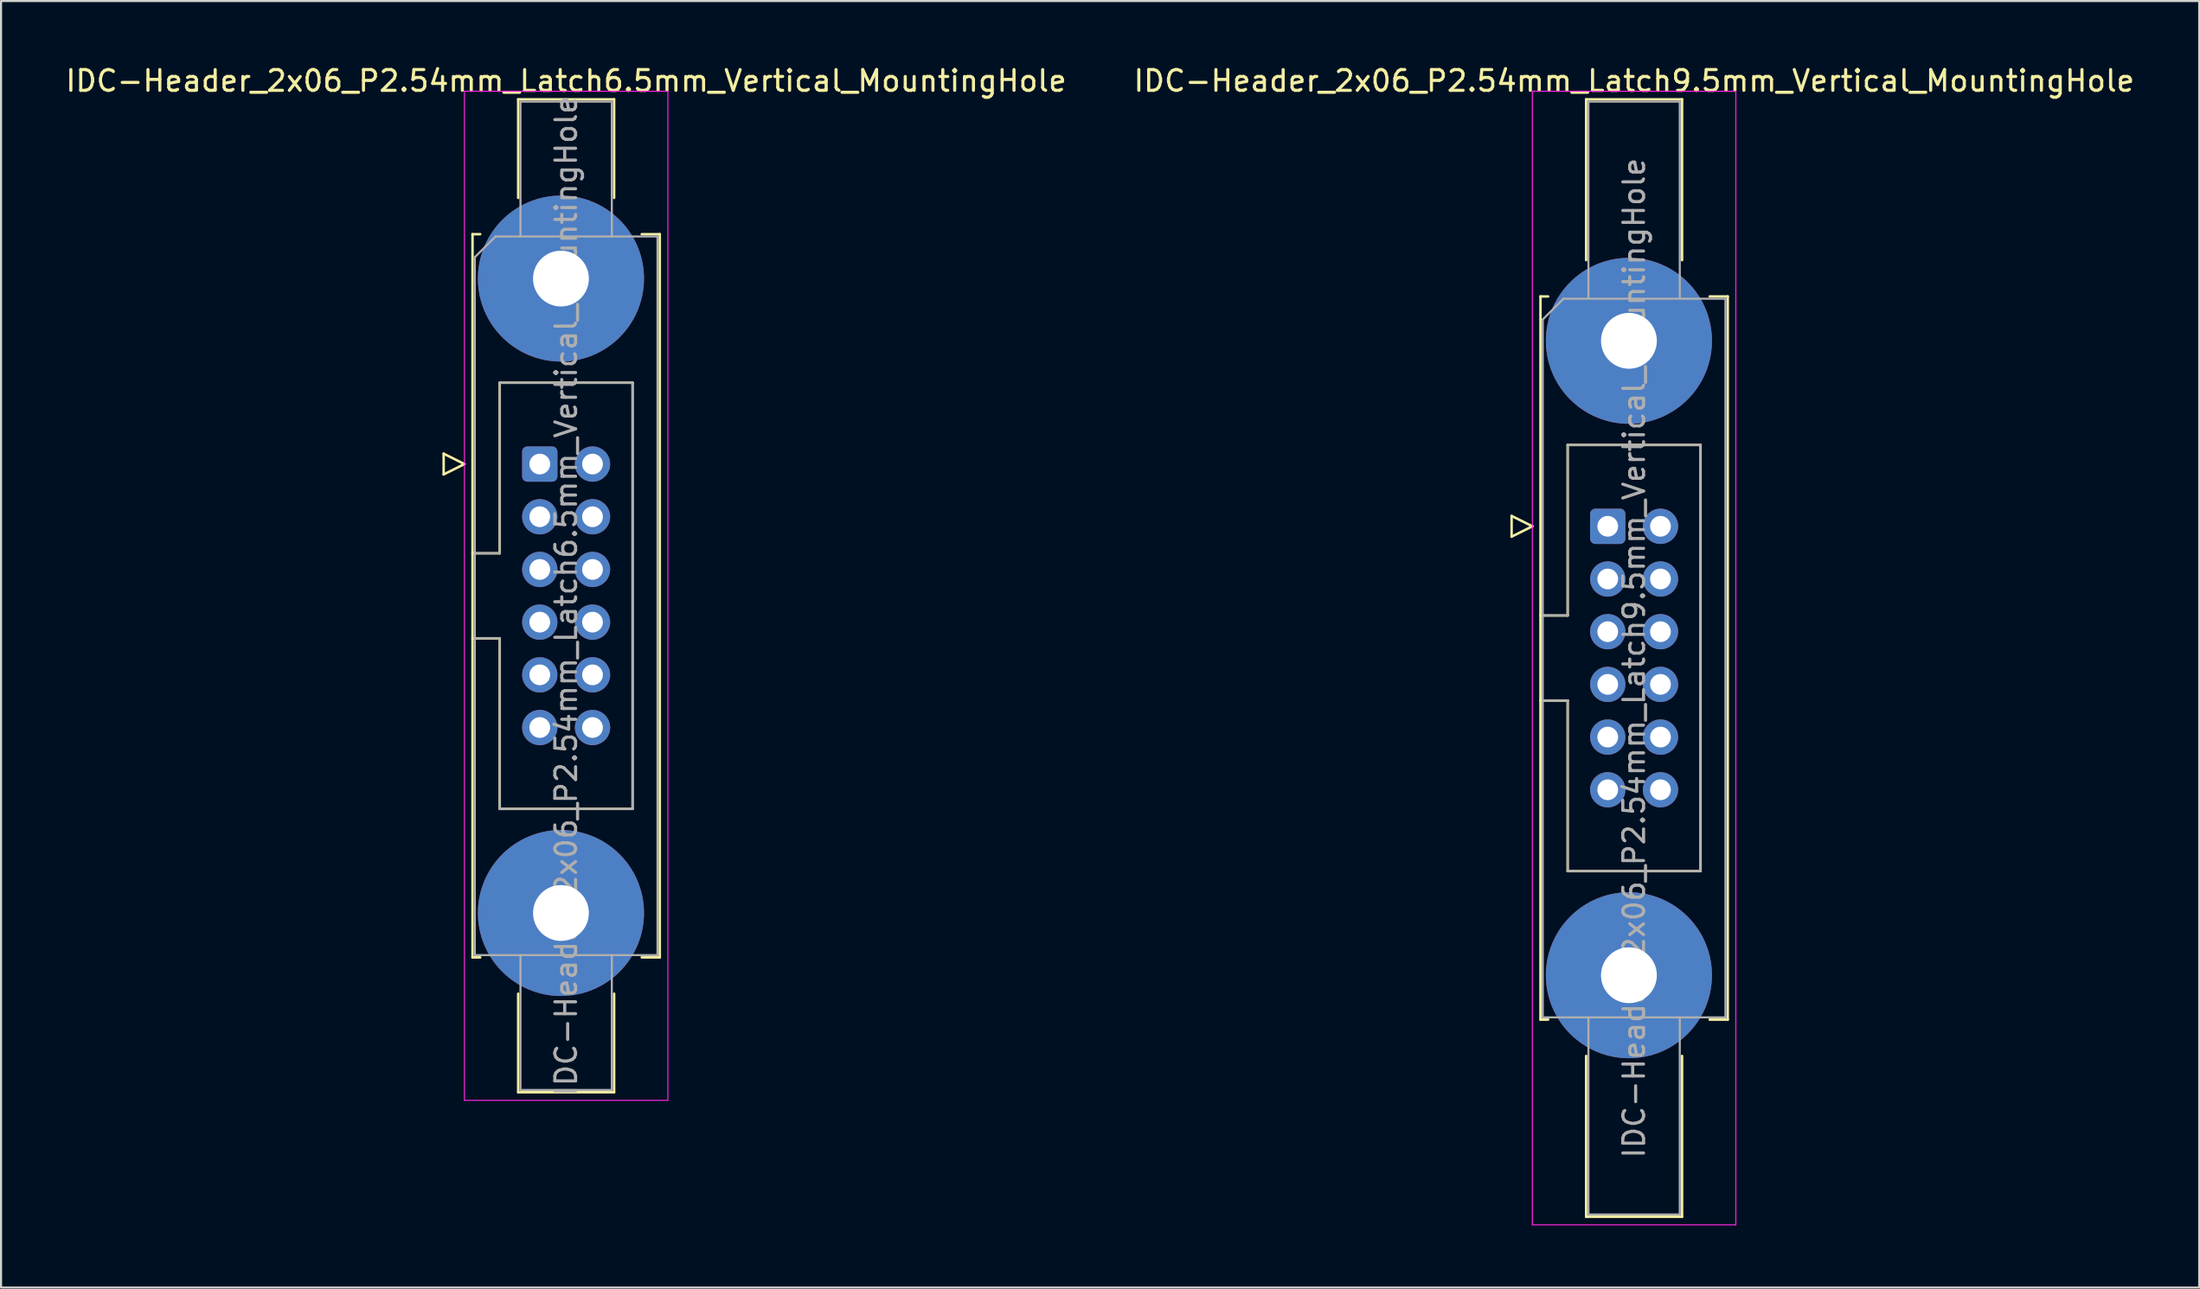
<source format=kicad_pcb>
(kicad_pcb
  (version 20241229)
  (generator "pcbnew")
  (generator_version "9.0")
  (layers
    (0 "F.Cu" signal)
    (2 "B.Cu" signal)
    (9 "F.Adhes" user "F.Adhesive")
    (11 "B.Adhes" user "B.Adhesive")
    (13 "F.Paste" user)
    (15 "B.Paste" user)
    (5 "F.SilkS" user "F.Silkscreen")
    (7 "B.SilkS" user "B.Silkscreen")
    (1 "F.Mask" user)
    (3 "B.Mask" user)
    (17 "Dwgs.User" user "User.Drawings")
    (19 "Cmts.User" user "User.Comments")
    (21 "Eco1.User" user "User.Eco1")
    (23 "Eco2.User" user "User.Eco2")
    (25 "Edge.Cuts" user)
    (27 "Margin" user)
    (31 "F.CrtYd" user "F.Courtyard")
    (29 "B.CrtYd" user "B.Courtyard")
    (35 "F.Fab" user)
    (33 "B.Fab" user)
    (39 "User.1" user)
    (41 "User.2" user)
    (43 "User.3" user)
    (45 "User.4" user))
  (footprint "IDC-Header_2x06_P2.54mm_Latch9.5mm_Vertical_MountingHole"
    (layer "F.Cu")
    (at 74.391 22.318)
    (property "Reference" "IDC-Header_2x06_P2.54mm_Latch9.5mm_Vertical_MountingHole" (at 1.27 -21.47 0) (layer "F.SilkS") (effects (font (size 1 1) (thickness 0.15))))
    (attr through_hole)
    (fp_line (start -4.63 -0.5) (end -4.63 0.5) (stroke (width 0.12) (type solid)) (layer "F.SilkS"))
    (fp_line (start -4.63 0.5) (end -3.63 0) (stroke (width 0.12) (type solid)) (layer "F.SilkS"))
    (fp_line (start -3.63 0) (end -4.63 -0.5) (stroke (width 0.12) (type solid)) (layer "F.SilkS"))
    (fp_line (start -3.24 -11.08) (end -3.24 23.78) (stroke (width 0.12) (type solid)) (layer "F.SilkS"))
    (fp_line (start -3.24 4.3) (end -1.93 4.3) (stroke (width 0.12) (type solid)) (layer "F.SilkS"))
    (fp_line (start -3.24 23.78) (end -2.87 23.78) (stroke (width 0.12) (type solid)) (layer "F.SilkS"))
    (fp_line (start -2.87 -11.08) (end -3.24 -11.08) (stroke (width 0.12) (type solid)) (layer "F.SilkS"))
    (fp_line (start -1.93 -3.92) (end 4.47 -3.92) (stroke (width 0.12) (type solid)) (layer "F.SilkS"))
    (fp_line (start -1.93 4.3) (end -1.93 -3.92) (stroke (width 0.12) (type solid)) (layer "F.SilkS"))
    (fp_line (start -1.93 8.4) (end -3.24 8.4) (stroke (width 0.12) (type solid)) (layer "F.SilkS"))
    (fp_line (start -1.93 8.4) (end -1.93 8.4) (stroke (width 0.12) (type solid)) (layer "F.SilkS"))
    (fp_line (start -1.93 16.62) (end -1.93 8.4) (stroke (width 0.12) (type solid)) (layer "F.SilkS"))
    (fp_line (start -1.04 -20.58) (end 3.58 -20.58) (stroke (width 0.12) (type solid)) (layer "F.SilkS"))
    (fp_line (start -1.04 -12.83) (end -1.04 -20.58) (stroke (width 0.12) (type solid)) (layer "F.SilkS"))
    (fp_line (start -1.04 25.53) (end -1.04 33.28) (stroke (width 0.12) (type solid)) (layer "F.SilkS"))
    (fp_line (start -1.04 33.28) (end 3.58 33.28) (stroke (width 0.12) (type solid)) (layer "F.SilkS"))
    (fp_line (start 3.58 -20.58) (end 3.58 -12.83) (stroke (width 0.12) (type solid)) (layer "F.SilkS"))
    (fp_line (start 3.58 33.28) (end 3.58 25.53) (stroke (width 0.12) (type solid)) (layer "F.SilkS"))
    (fp_line (start 4.47 -3.92) (end 4.47 16.62) (stroke (width 0.12) (type solid)) (layer "F.SilkS"))
    (fp_line (start 4.47 16.62) (end -1.93 16.62) (stroke (width 0.12) (type solid)) (layer "F.SilkS"))
    (fp_line (start 4.91 -11.08) (end 5.78 -11.08) (stroke (width 0.12) (type solid)) (layer "F.SilkS"))
    (fp_line (start 5.78 -11.08) (end 5.78 23.78) (stroke (width 0.12) (type solid)) (layer "F.SilkS"))
    (fp_line (start 5.78 23.78) (end 4.91 23.78) (stroke (width 0.12) (type solid)) (layer "F.SilkS"))
    (fp_line (start -3.63 -20.97) (end -3.63 33.67) (stroke (width 0.05) (type solid)) (layer "F.CrtYd"))
    (fp_line (start -3.63 33.67) (end 6.17 33.67) (stroke (width 0.05) (type solid)) (layer "F.CrtYd"))
    (fp_line (start 6.17 -20.97) (end -3.63 -20.97) (stroke (width 0.05) (type solid)) (layer "F.CrtYd"))
    (fp_line (start 6.17 33.67) (end 6.17 -20.97) (stroke (width 0.05) (type solid)) (layer "F.CrtYd"))
    (fp_line (start -3.13 -9.97) (end -2.13 -10.97) (stroke (width 0.1) (type solid)) (layer "F.Fab"))
    (fp_line (start -3.13 4.3) (end -1.93 4.3) (stroke (width 0.1) (type solid)) (layer "F.Fab"))
    (fp_line (start -3.13 23.67) (end -3.13 -9.97) (stroke (width 0.1) (type solid)) (layer "F.Fab"))
    (fp_line (start -2.13 -10.97) (end 5.67 -10.97) (stroke (width 0.1) (type solid)) (layer "F.Fab"))
    (fp_line (start -1.93 -3.92) (end 4.47 -3.92) (stroke (width 0.1) (type solid)) (layer "F.Fab"))
    (fp_line (start -1.93 4.3) (end -1.93 -3.92) (stroke (width 0.1) (type solid)) (layer "F.Fab"))
    (fp_line (start -1.93 8.4) (end -3.13 8.4) (stroke (width 0.1) (type solid)) (layer "F.Fab"))
    (fp_line (start -1.93 8.4) (end -1.93 8.4) (stroke (width 0.1) (type solid)) (layer "F.Fab"))
    (fp_line (start -1.93 16.62) (end -1.93 8.4) (stroke (width 0.1) (type solid)) (layer "F.Fab"))
    (fp_line (start -0.93 -20.47) (end 3.47 -20.47) (stroke (width 0.1) (type solid)) (layer "F.Fab"))
    (fp_line (start -0.93 -10.97) (end -0.93 -20.47) (stroke (width 0.1) (type solid)) (layer "F.Fab"))
    (fp_line (start -0.93 23.67) (end -0.93 33.17) (stroke (width 0.1) (type solid)) (layer "F.Fab"))
    (fp_line (start -0.93 33.17) (end 3.47 33.17) (stroke (width 0.1) (type solid)) (layer "F.Fab"))
    (fp_line (start 3.47 -20.47) (end 3.47 -10.97) (stroke (width 0.1) (type solid)) (layer "F.Fab"))
    (fp_line (start 3.47 33.17) (end 3.47 23.67) (stroke (width 0.1) (type solid)) (layer "F.Fab"))
    (fp_line (start 4.47 -3.92) (end 4.47 16.62) (stroke (width 0.1) (type solid)) (layer "F.Fab"))
    (fp_line (start 4.47 16.62) (end -1.93 16.62) (stroke (width 0.1) (type solid)) (layer "F.Fab"))
    (fp_line (start 5.67 -10.97) (end 5.67 23.67) (stroke (width 0.1) (type solid)) (layer "F.Fab"))
    (fp_line (start 5.67 23.67) (end -3.13 23.67) (stroke (width 0.1) (type solid)) (layer "F.Fab"))
    (fp_text user "${REFERENCE}" (at 1.27 6.35 90) (layer "F.Fab") (effects (font (size 1 1) (thickness 0.15))))
    (pad "" thru_hole circle (at 1.02 -8.94) (size 8 8) (drill 2.69) (layers "*.Cu" "*.Mask"))
    (pad "" thru_hole circle (at 1.02 21.64) (size 8 8) (drill 2.69) (layers "*.Cu" "*.Mask"))
    (pad "1" thru_hole roundrect (at 0 0) (size 1.7 1.7) (drill 1) (layers "*.Cu" "*.Mask") (roundrect_rratio 0.147))
    (pad "2" thru_hole circle (at 2.54 0) (size 1.7 1.7) (drill 1) (layers "*.Cu" "*.Mask"))
    (pad "3" thru_hole circle (at 0 2.54) (size 1.7 1.7) (drill 1) (layers "*.Cu" "*.Mask"))
    (pad "4" thru_hole circle (at 2.54 2.54) (size 1.7 1.7) (drill 1) (layers "*.Cu" "*.Mask"))
    (pad "5" thru_hole circle (at 0 5.08) (size 1.7 1.7) (drill 1) (layers "*.Cu" "*.Mask"))
    (pad "6" thru_hole circle (at 2.54 5.08) (size 1.7 1.7) (drill 1) (layers "*.Cu" "*.Mask"))
    (pad "7" thru_hole circle (at 0 7.62) (size 1.7 1.7) (drill 1) (layers "*.Cu" "*.Mask"))
    (pad "8" thru_hole circle (at 2.54 7.62) (size 1.7 1.7) (drill 1) (layers "*.Cu" "*.Mask"))
    (pad "9" thru_hole circle (at 0 10.16) (size 1.7 1.7) (drill 1) (layers "*.Cu" "*.Mask"))
    (pad "10" thru_hole circle (at 2.54 10.16) (size 1.7 1.7) (drill 1) (layers "*.Cu" "*.Mask"))
    (pad "11" thru_hole circle (at 0 12.7) (size 1.7 1.7) (drill 1) (layers "*.Cu" "*.Mask"))
    (pad "12" thru_hole circle (at 2.54 12.7) (size 1.7 1.7) (drill 1) (layers "*.Cu" "*.Mask")))
  (footprint "IDC-Header_2x06_P2.54mm_Latch6.5mm_Vertical_MountingHole"
    (layer "F.Cu")
    (at 22.95 19.318)
    (property "Reference" "IDC-Header_2x06_P2.54mm_Latch6.5mm_Vertical_MountingHole" (at 1.27 -18.47 0) (layer "F.SilkS") (effects (font (size 1 1) (thickness 0.15))))
    (attr through_hole)
    (fp_line (start -4.63 -0.5) (end -4.63 0.5) (stroke (width 0.12) (type solid)) (layer "F.SilkS"))
    (fp_line (start -4.63 0.5) (end -3.63 0) (stroke (width 0.12) (type solid)) (layer "F.SilkS"))
    (fp_line (start -3.63 0) (end -4.63 -0.5) (stroke (width 0.12) (type solid)) (layer "F.SilkS"))
    (fp_line (start -3.24 -11.08) (end -3.24 23.78) (stroke (width 0.12) (type solid)) (layer "F.SilkS"))
    (fp_line (start -3.24 4.3) (end -1.93 4.3) (stroke (width 0.12) (type solid)) (layer "F.SilkS"))
    (fp_line (start -3.24 23.78) (end -2.87 23.78) (stroke (width 0.12) (type solid)) (layer "F.SilkS"))
    (fp_line (start -2.87 -11.08) (end -3.24 -11.08) (stroke (width 0.12) (type solid)) (layer "F.SilkS"))
    (fp_line (start -1.93 -3.92) (end 4.47 -3.92) (stroke (width 0.12) (type solid)) (layer "F.SilkS"))
    (fp_line (start -1.93 4.3) (end -1.93 -3.92) (stroke (width 0.12) (type solid)) (layer "F.SilkS"))
    (fp_line (start -1.93 8.4) (end -3.24 8.4) (stroke (width 0.12) (type solid)) (layer "F.SilkS"))
    (fp_line (start -1.93 8.4) (end -1.93 8.4) (stroke (width 0.12) (type solid)) (layer "F.SilkS"))
    (fp_line (start -1.93 16.62) (end -1.93 8.4) (stroke (width 0.12) (type solid)) (layer "F.SilkS"))
    (fp_line (start -1.04 -17.58) (end 3.58 -17.58) (stroke (width 0.12) (type solid)) (layer "F.SilkS"))
    (fp_line (start -1.04 -12.83) (end -1.04 -17.58) (stroke (width 0.12) (type solid)) (layer "F.SilkS"))
    (fp_line (start -1.04 25.53) (end -1.04 30.28) (stroke (width 0.12) (type solid)) (layer "F.SilkS"))
    (fp_line (start -1.04 30.28) (end 3.58 30.28) (stroke (width 0.12) (type solid)) (layer "F.SilkS"))
    (fp_line (start 3.58 -17.58) (end 3.58 -12.83) (stroke (width 0.12) (type solid)) (layer "F.SilkS"))
    (fp_line (start 3.58 30.28) (end 3.58 25.53) (stroke (width 0.12) (type solid)) (layer "F.SilkS"))
    (fp_line (start 4.47 -3.92) (end 4.47 16.62) (stroke (width 0.12) (type solid)) (layer "F.SilkS"))
    (fp_line (start 4.47 16.62) (end -1.93 16.62) (stroke (width 0.12) (type solid)) (layer "F.SilkS"))
    (fp_line (start 4.91 -11.08) (end 5.78 -11.08) (stroke (width 0.12) (type solid)) (layer "F.SilkS"))
    (fp_line (start 5.78 -11.08) (end 5.78 23.78) (stroke (width 0.12) (type solid)) (layer "F.SilkS"))
    (fp_line (start 5.78 23.78) (end 4.91 23.78) (stroke (width 0.12) (type solid)) (layer "F.SilkS"))
    (fp_line (start -3.63 -17.97) (end -3.63 30.67) (stroke (width 0.05) (type solid)) (layer "F.CrtYd"))
    (fp_line (start -3.63 30.67) (end 6.17 30.67) (stroke (width 0.05) (type solid)) (layer "F.CrtYd"))
    (fp_line (start 6.17 -17.97) (end -3.63 -17.97) (stroke (width 0.05) (type solid)) (layer "F.CrtYd"))
    (fp_line (start 6.17 30.67) (end 6.17 -17.97) (stroke (width 0.05) (type solid)) (layer "F.CrtYd"))
    (fp_line (start -3.13 -9.97) (end -2.13 -10.97) (stroke (width 0.1) (type solid)) (layer "F.Fab"))
    (fp_line (start -3.13 4.3) (end -1.93 4.3) (stroke (width 0.1) (type solid)) (layer "F.Fab"))
    (fp_line (start -3.13 23.67) (end -3.13 -9.97) (stroke (width 0.1) (type solid)) (layer "F.Fab"))
    (fp_line (start -2.13 -10.97) (end 5.67 -10.97) (stroke (width 0.1) (type solid)) (layer "F.Fab"))
    (fp_line (start -1.93 -3.92) (end 4.47 -3.92) (stroke (width 0.1) (type solid)) (layer "F.Fab"))
    (fp_line (start -1.93 4.3) (end -1.93 -3.92) (stroke (width 0.1) (type solid)) (layer "F.Fab"))
    (fp_line (start -1.93 8.4) (end -3.13 8.4) (stroke (width 0.1) (type solid)) (layer "F.Fab"))
    (fp_line (start -1.93 8.4) (end -1.93 8.4) (stroke (width 0.1) (type solid)) (layer "F.Fab"))
    (fp_line (start -1.93 16.62) (end -1.93 8.4) (stroke (width 0.1) (type solid)) (layer "F.Fab"))
    (fp_line (start -0.93 -17.47) (end 3.47 -17.47) (stroke (width 0.1) (type solid)) (layer "F.Fab"))
    (fp_line (start -0.93 -10.97) (end -0.93 -17.47) (stroke (width 0.1) (type solid)) (layer "F.Fab"))
    (fp_line (start -0.93 23.67) (end -0.93 30.17) (stroke (width 0.1) (type solid)) (layer "F.Fab"))
    (fp_line (start -0.93 30.17) (end 3.47 30.17) (stroke (width 0.1) (type solid)) (layer "F.Fab"))
    (fp_line (start 3.47 -17.47) (end 3.47 -10.97) (stroke (width 0.1) (type solid)) (layer "F.Fab"))
    (fp_line (start 3.47 30.17) (end 3.47 23.67) (stroke (width 0.1) (type solid)) (layer "F.Fab"))
    (fp_line (start 4.47 -3.92) (end 4.47 16.62) (stroke (width 0.1) (type solid)) (layer "F.Fab"))
    (fp_line (start 4.47 16.62) (end -1.93 16.62) (stroke (width 0.1) (type solid)) (layer "F.Fab"))
    (fp_line (start 5.67 -10.97) (end 5.67 23.67) (stroke (width 0.1) (type solid)) (layer "F.Fab"))
    (fp_line (start 5.67 23.67) (end -3.13 23.67) (stroke (width 0.1) (type solid)) (layer "F.Fab"))
    (fp_text user "${REFERENCE}" (at 1.27 6.35 90) (layer "F.Fab") (effects (font (size 1 1) (thickness 0.15))))
    (pad "" thru_hole circle (at 1.02 -8.94) (size 8 8) (drill 2.69) (layers "*.Cu" "*.Mask"))
    (pad "" thru_hole circle (at 1.02 21.64) (size 8 8) (drill 2.69) (layers "*.Cu" "*.Mask"))
    (pad "1" thru_hole roundrect (at 0 0) (size 1.7 1.7) (drill 1) (layers "*.Cu" "*.Mask") (roundrect_rratio 0.147))
    (pad "2" thru_hole circle (at 2.54 0) (size 1.7 1.7) (drill 1) (layers "*.Cu" "*.Mask"))
    (pad "3" thru_hole circle (at 0 2.54) (size 1.7 1.7) (drill 1) (layers "*.Cu" "*.Mask"))
    (pad "4" thru_hole circle (at 2.54 2.54) (size 1.7 1.7) (drill 1) (layers "*.Cu" "*.Mask"))
    (pad "5" thru_hole circle (at 0 5.08) (size 1.7 1.7) (drill 1) (layers "*.Cu" "*.Mask"))
    (pad "6" thru_hole circle (at 2.54 5.08) (size 1.7 1.7) (drill 1) (layers "*.Cu" "*.Mask"))
    (pad "7" thru_hole circle (at 0 7.62) (size 1.7 1.7) (drill 1) (layers "*.Cu" "*.Mask"))
    (pad "8" thru_hole circle (at 2.54 7.62) (size 1.7 1.7) (drill 1) (layers "*.Cu" "*.Mask"))
    (pad "9" thru_hole circle (at 0 10.16) (size 1.7 1.7) (drill 1) (layers "*.Cu" "*.Mask"))
    (pad "10" thru_hole circle (at 2.54 10.16) (size 1.7 1.7) (drill 1) (layers "*.Cu" "*.Mask"))
    (pad "11" thru_hole circle (at 0 12.7) (size 1.7 1.7) (drill 1) (layers "*.Cu" "*.Mask"))
    (pad "12" thru_hole circle (at 2.54 12.7) (size 1.7 1.7) (drill 1) (layers "*.Cu" "*.Mask")))
  (gr_rect
    (start -3 -3)
    (end 102.881 59.013)
    (stroke (width 0.1) (type default))
    (fill no)
    (layer "Edge.Cuts")))
</source>
